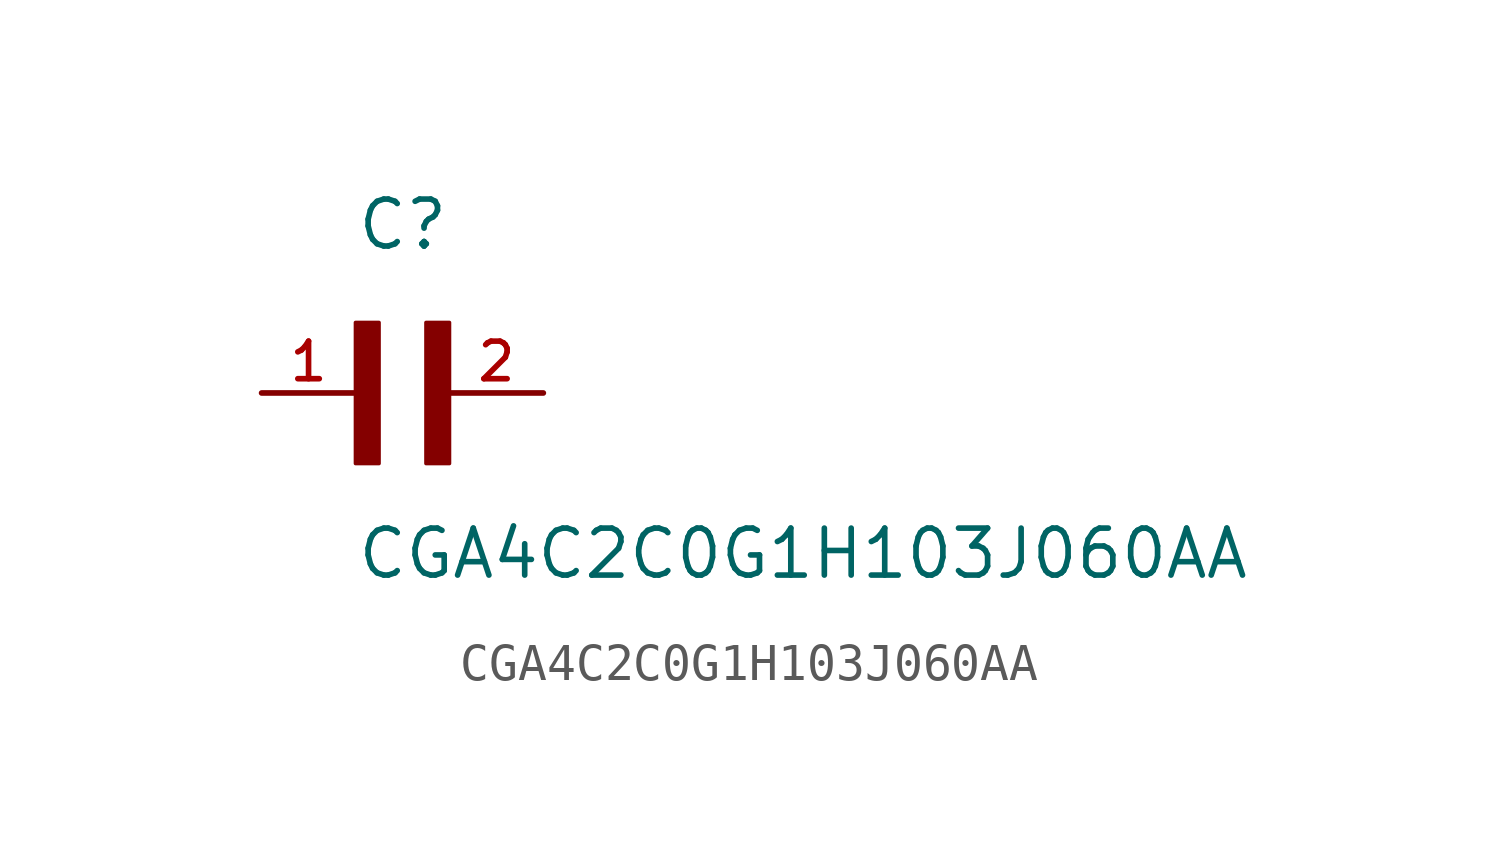
<source format=kicad_sym>
(kicad_symbol_lib
  (version 20211014)
  (generator kicad_symbol_editor)
  (symbol "CGA4C2C0G1H103J060AA"
    (pin_names
      (offset 1.016))
    (property "Reference" "C"
      (at 0.0 3.811 0)
      (effects (font (size 1.27 1.27)) (justify bottom left)))
    (property "Value" "CGA4C2C0G1H103J060AA"
      (at 0.0 -5.088 0)
      (effects (font (size 1.27 1.27)) (justify bottom left)))
    (symbol "CGA4C2C0G1H103J060AA_0_0"
      (rectangle (start 0.0 -1.907) (end 0.635 1.905) (stroke (width 0.1)) (fill (type outline)))
      (rectangle (start 1.907 -1.907) (end 2.54 1.905) (stroke (width 0.1)) (fill (type outline)))
      (pin passive line (at 5.08 0.0 180.0) (length 2.54) (name "~" (effects (font (size 1.016 1.016)))) (number "2" (effects (font (size 1.016 1.016)))))
      (pin passive line (at -2.54 0.0 0) (length 2.54) (name "~" (effects (font (size 1.016 1.016)))) (number "1" (effects (font (size 1.016 1.016))))))))
</source>
